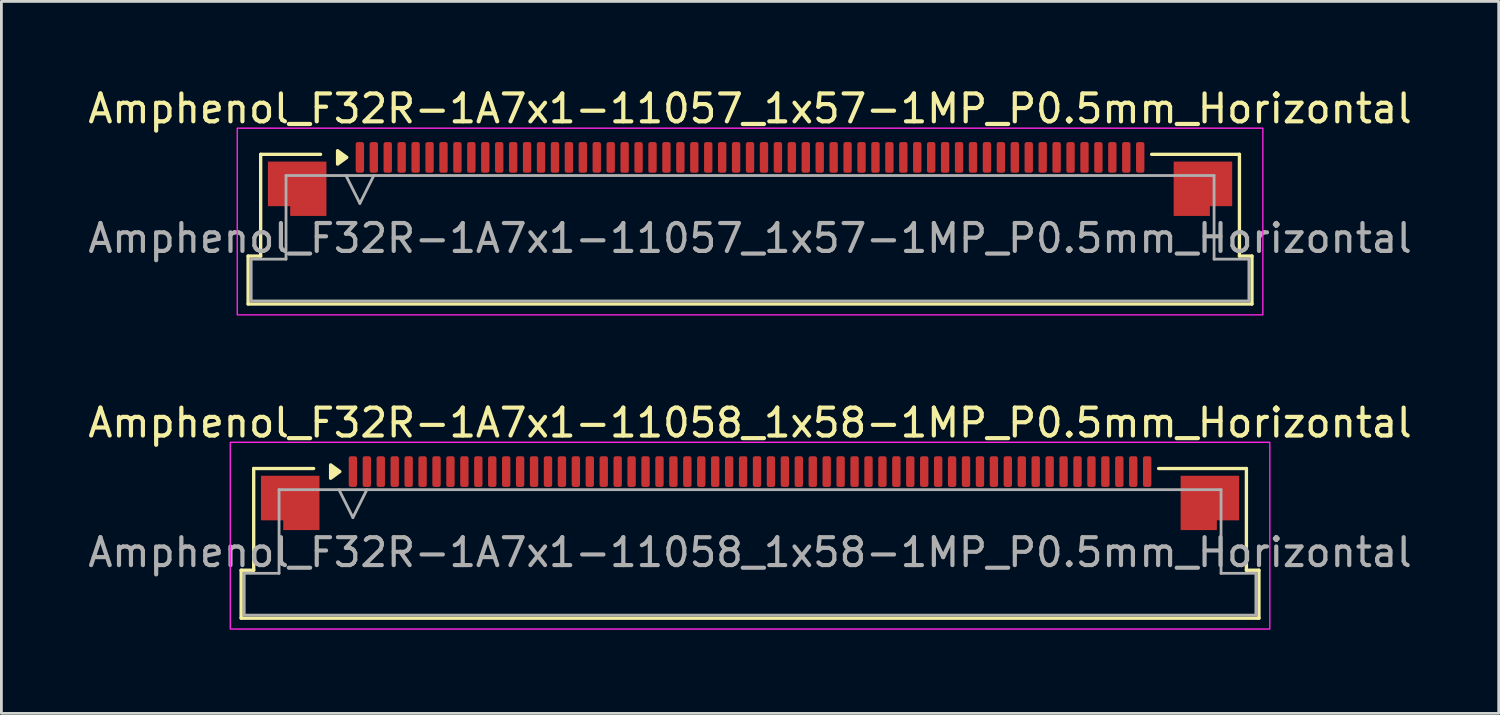
<source format=kicad_pcb>
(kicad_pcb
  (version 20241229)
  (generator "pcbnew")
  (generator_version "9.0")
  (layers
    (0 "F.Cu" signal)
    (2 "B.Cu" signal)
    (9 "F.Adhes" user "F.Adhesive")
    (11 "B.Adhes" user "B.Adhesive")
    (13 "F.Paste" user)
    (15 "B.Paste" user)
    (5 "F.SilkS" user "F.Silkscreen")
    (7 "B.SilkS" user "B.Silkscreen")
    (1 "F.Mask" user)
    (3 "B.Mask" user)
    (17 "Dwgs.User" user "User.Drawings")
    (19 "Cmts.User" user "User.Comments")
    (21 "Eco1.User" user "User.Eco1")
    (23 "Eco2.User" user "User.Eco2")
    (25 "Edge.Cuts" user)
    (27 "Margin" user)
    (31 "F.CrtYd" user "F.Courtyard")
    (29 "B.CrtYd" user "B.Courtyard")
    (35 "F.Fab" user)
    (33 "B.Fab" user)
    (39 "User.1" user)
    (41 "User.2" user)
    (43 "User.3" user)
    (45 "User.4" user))
  (footprint "Amphenol_F32R-1A7x1-11058_1x58-1MP_P0.5mm_Horizontal"
    (layer "F.Cu")
    (at 23.863 16.771)
    (property "Reference" "Amphenol_F32R-1A7x1-11058_1x58-1MP_P0.5mm_Horizontal" (at 0 -4.65 0) (layer "F.SilkS") (effects (font (size 1 1) (thickness 0.15))))
    (attr smd)
    (fp_line (start -18.26 0.64) (end -17.81 0.64) (stroke (width 0.12) (type solid)) (layer "F.SilkS"))
    (fp_line (start -18.26 2.36) (end -18.26 0.64) (stroke (width 0.12) (type solid)) (layer "F.SilkS"))
    (fp_line (start -17.81 -3.01) (end -15.66 -3.01) (stroke (width 0.12) (type solid)) (layer "F.SilkS"))
    (fp_line (start -17.81 0.64) (end -17.81 -3.01) (stroke (width 0.12) (type solid)) (layer "F.SilkS"))
    (fp_line (start 14.66 -3.01) (end 17.81 -3.01) (stroke (width 0.12) (type solid)) (layer "F.SilkS"))
    (fp_line (start 17.81 -3.01) (end 17.81 0.64) (stroke (width 0.12) (type solid)) (layer "F.SilkS"))
    (fp_line (start 17.81 0.64) (end 18.26 0.64) (stroke (width 0.12) (type solid)) (layer "F.SilkS"))
    (fp_line (start 18.26 0.64) (end 18.26 2.36) (stroke (width 0.12) (type solid)) (layer "F.SilkS"))
    (fp_line (start 18.26 2.36) (end -18.26 2.36) (stroke (width 0.12) (type solid)) (layer "F.SilkS"))
    (fp_poly (pts (xy -14.72 -2.9) (xy -15.05 -2.66) (xy -15.05 -3.14)) (stroke (width 0.12) (type solid)) (fill yes) (layer "F.SilkS"))
    (fp_rect (start -18.65 -3.95) (end 18.65 2.75) (stroke (width 0.05) (type solid)) (fill no) (layer "F.CrtYd"))
    (fp_line (start -18.15 0.75) (end -16.9 0.75) (stroke (width 0.1) (type solid)) (layer "F.Fab"))
    (fp_line (start -18.15 2.25) (end -18.15 0.75) (stroke (width 0.1) (type solid)) (layer "F.Fab"))
    (fp_line (start -16.9 -2.25) (end 16.9 -2.25) (stroke (width 0.1) (type solid)) (layer "F.Fab"))
    (fp_line (start -16.9 0.75) (end -16.9 -2.25) (stroke (width 0.1) (type solid)) (layer "F.Fab"))
    (fp_line (start -14.75 -2.25) (end -14.25 -1.25) (stroke (width 0.1) (type solid)) (layer "F.Fab"))
    (fp_line (start -14.25 -1.25) (end -13.75 -2.25) (stroke (width 0.1) (type solid)) (layer "F.Fab"))
    (fp_line (start 16.9 -2.25) (end 16.9 0.75) (stroke (width 0.1) (type solid)) (layer "F.Fab"))
    (fp_line (start 16.9 0.75) (end 18.15 0.75) (stroke (width 0.1) (type solid)) (layer "F.Fab"))
    (fp_line (start 18.15 0.75) (end 18.15 2.25) (stroke (width 0.1) (type solid)) (layer "F.Fab"))
    (fp_line (start 18.15 2.25) (end -18.15 2.25) (stroke (width 0.1) (type solid)) (layer "F.Fab"))
    (fp_text user "${REFERENCE}" (at 0 0 0) (layer "F.Fab") (effects (font (size 1 1) (thickness 0.15))))
    (pad "1" smd roundrect (at -14.25 -2.9) (size 0.3 1.1) (layers "F.Cu" "F.Mask" "F.Paste") (roundrect_rratio 0.25))
    (pad "2" smd roundrect (at -13.75 -2.9) (size 0.3 1.1) (layers "F.Cu" "F.Mask" "F.Paste") (roundrect_rratio 0.25))
    (pad "3" smd roundrect (at -13.25 -2.9) (size 0.3 1.1) (layers "F.Cu" "F.Mask" "F.Paste") (roundrect_rratio 0.25))
    (pad "4" smd roundrect (at -12.75 -2.9) (size 0.3 1.1) (layers "F.Cu" "F.Mask" "F.Paste") (roundrect_rratio 0.25))
    (pad "5" smd roundrect (at -12.25 -2.9) (size 0.3 1.1) (layers "F.Cu" "F.Mask" "F.Paste") (roundrect_rratio 0.25))
    (pad "6" smd roundrect (at -11.75 -2.9) (size 0.3 1.1) (layers "F.Cu" "F.Mask" "F.Paste") (roundrect_rratio 0.25))
    (pad "7" smd roundrect (at -11.25 -2.9) (size 0.3 1.1) (layers "F.Cu" "F.Mask" "F.Paste") (roundrect_rratio 0.25))
    (pad "8" smd roundrect (at -10.75 -2.9) (size 0.3 1.1) (layers "F.Cu" "F.Mask" "F.Paste") (roundrect_rratio 0.25))
    (pad "9" smd roundrect (at -10.25 -2.9) (size 0.3 1.1) (layers "F.Cu" "F.Mask" "F.Paste") (roundrect_rratio 0.25))
    (pad "10" smd roundrect (at -9.75 -2.9) (size 0.3 1.1) (layers "F.Cu" "F.Mask" "F.Paste") (roundrect_rratio 0.25))
    (pad "11" smd roundrect (at -9.25 -2.9) (size 0.3 1.1) (layers "F.Cu" "F.Mask" "F.Paste") (roundrect_rratio 0.25))
    (pad "12" smd roundrect (at -8.75 -2.9) (size 0.3 1.1) (layers "F.Cu" "F.Mask" "F.Paste") (roundrect_rratio 0.25))
    (pad "13" smd roundrect (at -8.25 -2.9) (size 0.3 1.1) (layers "F.Cu" "F.Mask" "F.Paste") (roundrect_rratio 0.25))
    (pad "14" smd roundrect (at -7.75 -2.9) (size 0.3 1.1) (layers "F.Cu" "F.Mask" "F.Paste") (roundrect_rratio 0.25))
    (pad "15" smd roundrect (at -7.25 -2.9) (size 0.3 1.1) (layers "F.Cu" "F.Mask" "F.Paste") (roundrect_rratio 0.25))
    (pad "16" smd roundrect (at -6.75 -2.9) (size 0.3 1.1) (layers "F.Cu" "F.Mask" "F.Paste") (roundrect_rratio 0.25))
    (pad "17" smd roundrect (at -6.25 -2.9) (size 0.3 1.1) (layers "F.Cu" "F.Mask" "F.Paste") (roundrect_rratio 0.25))
    (pad "18" smd roundrect (at -5.75 -2.9) (size 0.3 1.1) (layers "F.Cu" "F.Mask" "F.Paste") (roundrect_rratio 0.25))
    (pad "19" smd roundrect (at -5.25 -2.9) (size 0.3 1.1) (layers "F.Cu" "F.Mask" "F.Paste") (roundrect_rratio 0.25))
    (pad "20" smd roundrect (at -4.75 -2.9) (size 0.3 1.1) (layers "F.Cu" "F.Mask" "F.Paste") (roundrect_rratio 0.25))
    (pad "21" smd roundrect (at -4.25 -2.9) (size 0.3 1.1) (layers "F.Cu" "F.Mask" "F.Paste") (roundrect_rratio 0.25))
    (pad "22" smd roundrect (at -3.75 -2.9) (size 0.3 1.1) (layers "F.Cu" "F.Mask" "F.Paste") (roundrect_rratio 0.25))
    (pad "23" smd roundrect (at -3.25 -2.9) (size 0.3 1.1) (layers "F.Cu" "F.Mask" "F.Paste") (roundrect_rratio 0.25))
    (pad "24" smd roundrect (at -2.75 -2.9) (size 0.3 1.1) (layers "F.Cu" "F.Mask" "F.Paste") (roundrect_rratio 0.25))
    (pad "25" smd roundrect (at -2.25 -2.9) (size 0.3 1.1) (layers "F.Cu" "F.Mask" "F.Paste") (roundrect_rratio 0.25))
    (pad "26" smd roundrect (at -1.75 -2.9) (size 0.3 1.1) (layers "F.Cu" "F.Mask" "F.Paste") (roundrect_rratio 0.25))
    (pad "27" smd roundrect (at -1.25 -2.9) (size 0.3 1.1) (layers "F.Cu" "F.Mask" "F.Paste") (roundrect_rratio 0.25))
    (pad "28" smd roundrect (at -0.75 -2.9) (size 0.3 1.1) (layers "F.Cu" "F.Mask" "F.Paste") (roundrect_rratio 0.25))
    (pad "29" smd roundrect (at -0.25 -2.9) (size 0.3 1.1) (layers "F.Cu" "F.Mask" "F.Paste") (roundrect_rratio 0.25))
    (pad "30" smd roundrect (at 0.25 -2.9) (size 0.3 1.1) (layers "F.Cu" "F.Mask" "F.Paste") (roundrect_rratio 0.25))
    (pad "31" smd roundrect (at 0.75 -2.9) (size 0.3 1.1) (layers "F.Cu" "F.Mask" "F.Paste") (roundrect_rratio 0.25))
    (pad "32" smd roundrect (at 1.25 -2.9) (size 0.3 1.1) (layers "F.Cu" "F.Mask" "F.Paste") (roundrect_rratio 0.25))
    (pad "33" smd roundrect (at 1.75 -2.9) (size 0.3 1.1) (layers "F.Cu" "F.Mask" "F.Paste") (roundrect_rratio 0.25))
    (pad "34" smd roundrect (at 2.25 -2.9) (size 0.3 1.1) (layers "F.Cu" "F.Mask" "F.Paste") (roundrect_rratio 0.25))
    (pad "35" smd roundrect (at 2.75 -2.9) (size 0.3 1.1) (layers "F.Cu" "F.Mask" "F.Paste") (roundrect_rratio 0.25))
    (pad "36" smd roundrect (at 3.25 -2.9) (size 0.3 1.1) (layers "F.Cu" "F.Mask" "F.Paste") (roundrect_rratio 0.25))
    (pad "37" smd roundrect (at 3.75 -2.9) (size 0.3 1.1) (layers "F.Cu" "F.Mask" "F.Paste") (roundrect_rratio 0.25))
    (pad "38" smd roundrect (at 4.25 -2.9) (size 0.3 1.1) (layers "F.Cu" "F.Mask" "F.Paste") (roundrect_rratio 0.25))
    (pad "39" smd roundrect (at 4.75 -2.9) (size 0.3 1.1) (layers "F.Cu" "F.Mask" "F.Paste") (roundrect_rratio 0.25))
    (pad "40" smd roundrect (at 5.25 -2.9) (size 0.3 1.1) (layers "F.Cu" "F.Mask" "F.Paste") (roundrect_rratio 0.25))
    (pad "41" smd roundrect (at 5.75 -2.9) (size 0.3 1.1) (layers "F.Cu" "F.Mask" "F.Paste") (roundrect_rratio 0.25))
    (pad "42" smd roundrect (at 6.25 -2.9) (size 0.3 1.1) (layers "F.Cu" "F.Mask" "F.Paste") (roundrect_rratio 0.25))
    (pad "43" smd roundrect (at 6.75 -2.9) (size 0.3 1.1) (layers "F.Cu" "F.Mask" "F.Paste") (roundrect_rratio 0.25))
    (pad "44" smd roundrect (at 7.25 -2.9) (size 0.3 1.1) (layers "F.Cu" "F.Mask" "F.Paste") (roundrect_rratio 0.25))
    (pad "45" smd roundrect (at 7.75 -2.9) (size 0.3 1.1) (layers "F.Cu" "F.Mask" "F.Paste") (roundrect_rratio 0.25))
    (pad "46" smd roundrect (at 8.25 -2.9) (size 0.3 1.1) (layers "F.Cu" "F.Mask" "F.Paste") (roundrect_rratio 0.25))
    (pad "47" smd roundrect (at 8.75 -2.9) (size 0.3 1.1) (layers "F.Cu" "F.Mask" "F.Paste") (roundrect_rratio 0.25))
    (pad "48" smd roundrect (at 9.25 -2.9) (size 0.3 1.1) (layers "F.Cu" "F.Mask" "F.Paste") (roundrect_rratio 0.25))
    (pad "49" smd roundrect (at 9.75 -2.9) (size 0.3 1.1) (layers "F.Cu" "F.Mask" "F.Paste") (roundrect_rratio 0.25))
    (pad "50" smd roundrect (at 10.25 -2.9) (size 0.3 1.1) (layers "F.Cu" "F.Mask" "F.Paste") (roundrect_rratio 0.25))
    (pad "51" smd roundrect (at 10.75 -2.9) (size 0.3 1.1) (layers "F.Cu" "F.Mask" "F.Paste") (roundrect_rratio 0.25))
    (pad "52" smd roundrect (at 11.25 -2.9) (size 0.3 1.1) (layers "F.Cu" "F.Mask" "F.Paste") (roundrect_rratio 0.25))
    (pad "53" smd roundrect (at 11.75 -2.9) (size 0.3 1.1) (layers "F.Cu" "F.Mask" "F.Paste") (roundrect_rratio 0.25))
    (pad "54" smd roundrect (at 12.25 -2.9) (size 0.3 1.1) (layers "F.Cu" "F.Mask" "F.Paste") (roundrect_rratio 0.25))
    (pad "55" smd roundrect (at 12.75 -2.9) (size 0.3 1.1) (layers "F.Cu" "F.Mask" "F.Paste") (roundrect_rratio 0.25))
    (pad "56" smd roundrect (at 13.25 -2.9) (size 0.3 1.1) (layers "F.Cu" "F.Mask" "F.Paste") (roundrect_rratio 0.25))
    (pad "57" smd roundrect (at 13.75 -2.9) (size 0.3 1.1) (layers "F.Cu" "F.Mask" "F.Paste") (roundrect_rratio 0.25))
    (pad "58" smd roundrect (at 14.25 -2.9) (size 0.3 1.1) (layers "F.Cu" "F.Mask" "F.Paste") (roundrect_rratio 0.25))
    (pad "MP" smd custom (at -16.5 -1.775) (size 1 1) (layers "F.Cu" "F.Mask" "F.Paste") (options (anchor circle)) (primitives (gr_poly (pts (xy 1.05 -0.975) (xy 1.05 0.975) (xy -0.25 0.975) (xy -0.25 0.625) (xy -1.05 0.625) (xy -1.05 -0.975)) (width 0) (fill yes))))
    (pad "MP" smd custom (at 16.5 -1.775) (size 1 1) (layers "F.Cu" "F.Mask" "F.Paste") (options (anchor circle)) (primitives (gr_poly (pts (xy -1.05 -0.975) (xy -1.05 0.975) (xy 0.25 0.975) (xy 0.25 0.625) (xy 1.05 0.625) (xy 1.05 -0.975)) (width 0) (fill yes)))))
  (footprint "Amphenol_F32R-1A7x1-11057_1x57-1MP_P0.5mm_Horizontal"
    (layer "F.Cu")
    (at 23.863 5.498)
    (property "Reference" "Amphenol_F32R-1A7x1-11057_1x57-1MP_P0.5mm_Horizontal" (at 0 -4.65 0) (layer "F.SilkS") (effects (font (size 1 1) (thickness 0.15))))
    (attr smd)
    (fp_line (start -18.01 0.64) (end -17.56 0.64) (stroke (width 0.12) (type solid)) (layer "F.SilkS"))
    (fp_line (start -18.01 2.36) (end -18.01 0.64) (stroke (width 0.12) (type solid)) (layer "F.SilkS"))
    (fp_line (start -17.56 -3.01) (end -15.41 -3.01) (stroke (width 0.12) (type solid)) (layer "F.SilkS"))
    (fp_line (start -17.56 0.64) (end -17.56 -3.01) (stroke (width 0.12) (type solid)) (layer "F.SilkS"))
    (fp_line (start 14.41 -3.01) (end 17.56 -3.01) (stroke (width 0.12) (type solid)) (layer "F.SilkS"))
    (fp_line (start 17.56 -3.01) (end 17.56 0.64) (stroke (width 0.12) (type solid)) (layer "F.SilkS"))
    (fp_line (start 17.56 0.64) (end 18.01 0.64) (stroke (width 0.12) (type solid)) (layer "F.SilkS"))
    (fp_line (start 18.01 0.64) (end 18.01 2.36) (stroke (width 0.12) (type solid)) (layer "F.SilkS"))
    (fp_line (start 18.01 2.36) (end -18.01 2.36) (stroke (width 0.12) (type solid)) (layer "F.SilkS"))
    (fp_poly (pts (xy -14.47 -2.9) (xy -14.8 -2.66) (xy -14.8 -3.14)) (stroke (width 0.12) (type solid)) (fill yes) (layer "F.SilkS"))
    (fp_rect (start -18.4 -3.95) (end 18.4 2.75) (stroke (width 0.05) (type solid)) (fill no) (layer "F.CrtYd"))
    (fp_line (start -17.9 0.75) (end -16.65 0.75) (stroke (width 0.1) (type solid)) (layer "F.Fab"))
    (fp_line (start -17.9 2.25) (end -17.9 0.75) (stroke (width 0.1) (type solid)) (layer "F.Fab"))
    (fp_line (start -16.65 -2.25) (end 16.65 -2.25) (stroke (width 0.1) (type solid)) (layer "F.Fab"))
    (fp_line (start -16.65 0.75) (end -16.65 -2.25) (stroke (width 0.1) (type solid)) (layer "F.Fab"))
    (fp_line (start -14.5 -2.25) (end -14 -1.25) (stroke (width 0.1) (type solid)) (layer "F.Fab"))
    (fp_line (start -14 -1.25) (end -13.5 -2.25) (stroke (width 0.1) (type solid)) (layer "F.Fab"))
    (fp_line (start 16.65 -2.25) (end 16.65 0.75) (stroke (width 0.1) (type solid)) (layer "F.Fab"))
    (fp_line (start 16.65 0.75) (end 17.9 0.75) (stroke (width 0.1) (type solid)) (layer "F.Fab"))
    (fp_line (start 17.9 0.75) (end 17.9 2.25) (stroke (width 0.1) (type solid)) (layer "F.Fab"))
    (fp_line (start 17.9 2.25) (end -17.9 2.25) (stroke (width 0.1) (type solid)) (layer "F.Fab"))
    (fp_text user "${REFERENCE}" (at 0 0 0) (layer "F.Fab") (effects (font (size 1 1) (thickness 0.15))))
    (pad "1" smd roundrect (at -14 -2.9) (size 0.3 1.1) (layers "F.Cu" "F.Mask" "F.Paste") (roundrect_rratio 0.25))
    (pad "2" smd roundrect (at -13.5 -2.9) (size 0.3 1.1) (layers "F.Cu" "F.Mask" "F.Paste") (roundrect_rratio 0.25))
    (pad "3" smd roundrect (at -13 -2.9) (size 0.3 1.1) (layers "F.Cu" "F.Mask" "F.Paste") (roundrect_rratio 0.25))
    (pad "4" smd roundrect (at -12.5 -2.9) (size 0.3 1.1) (layers "F.Cu" "F.Mask" "F.Paste") (roundrect_rratio 0.25))
    (pad "5" smd roundrect (at -12 -2.9) (size 0.3 1.1) (layers "F.Cu" "F.Mask" "F.Paste") (roundrect_rratio 0.25))
    (pad "6" smd roundrect (at -11.5 -2.9) (size 0.3 1.1) (layers "F.Cu" "F.Mask" "F.Paste") (roundrect_rratio 0.25))
    (pad "7" smd roundrect (at -11 -2.9) (size 0.3 1.1) (layers "F.Cu" "F.Mask" "F.Paste") (roundrect_rratio 0.25))
    (pad "8" smd roundrect (at -10.5 -2.9) (size 0.3 1.1) (layers "F.Cu" "F.Mask" "F.Paste") (roundrect_rratio 0.25))
    (pad "9" smd roundrect (at -10 -2.9) (size 0.3 1.1) (layers "F.Cu" "F.Mask" "F.Paste") (roundrect_rratio 0.25))
    (pad "10" smd roundrect (at -9.5 -2.9) (size 0.3 1.1) (layers "F.Cu" "F.Mask" "F.Paste") (roundrect_rratio 0.25))
    (pad "11" smd roundrect (at -9 -2.9) (size 0.3 1.1) (layers "F.Cu" "F.Mask" "F.Paste") (roundrect_rratio 0.25))
    (pad "12" smd roundrect (at -8.5 -2.9) (size 0.3 1.1) (layers "F.Cu" "F.Mask" "F.Paste") (roundrect_rratio 0.25))
    (pad "13" smd roundrect (at -8 -2.9) (size 0.3 1.1) (layers "F.Cu" "F.Mask" "F.Paste") (roundrect_rratio 0.25))
    (pad "14" smd roundrect (at -7.5 -2.9) (size 0.3 1.1) (layers "F.Cu" "F.Mask" "F.Paste") (roundrect_rratio 0.25))
    (pad "15" smd roundrect (at -7 -2.9) (size 0.3 1.1) (layers "F.Cu" "F.Mask" "F.Paste") (roundrect_rratio 0.25))
    (pad "16" smd roundrect (at -6.5 -2.9) (size 0.3 1.1) (layers "F.Cu" "F.Mask" "F.Paste") (roundrect_rratio 0.25))
    (pad "17" smd roundrect (at -6 -2.9) (size 0.3 1.1) (layers "F.Cu" "F.Mask" "F.Paste") (roundrect_rratio 0.25))
    (pad "18" smd roundrect (at -5.5 -2.9) (size 0.3 1.1) (layers "F.Cu" "F.Mask" "F.Paste") (roundrect_rratio 0.25))
    (pad "19" smd roundrect (at -5 -2.9) (size 0.3 1.1) (layers "F.Cu" "F.Mask" "F.Paste") (roundrect_rratio 0.25))
    (pad "20" smd roundrect (at -4.5 -2.9) (size 0.3 1.1) (layers "F.Cu" "F.Mask" "F.Paste") (roundrect_rratio 0.25))
    (pad "21" smd roundrect (at -4 -2.9) (size 0.3 1.1) (layers "F.Cu" "F.Mask" "F.Paste") (roundrect_rratio 0.25))
    (pad "22" smd roundrect (at -3.5 -2.9) (size 0.3 1.1) (layers "F.Cu" "F.Mask" "F.Paste") (roundrect_rratio 0.25))
    (pad "23" smd roundrect (at -3 -2.9) (size 0.3 1.1) (layers "F.Cu" "F.Mask" "F.Paste") (roundrect_rratio 0.25))
    (pad "24" smd roundrect (at -2.5 -2.9) (size 0.3 1.1) (layers "F.Cu" "F.Mask" "F.Paste") (roundrect_rratio 0.25))
    (pad "25" smd roundrect (at -2 -2.9) (size 0.3 1.1) (layers "F.Cu" "F.Mask" "F.Paste") (roundrect_rratio 0.25))
    (pad "26" smd roundrect (at -1.5 -2.9) (size 0.3 1.1) (layers "F.Cu" "F.Mask" "F.Paste") (roundrect_rratio 0.25))
    (pad "27" smd roundrect (at -1 -2.9) (size 0.3 1.1) (layers "F.Cu" "F.Mask" "F.Paste") (roundrect_rratio 0.25))
    (pad "28" smd roundrect (at -0.5 -2.9) (size 0.3 1.1) (layers "F.Cu" "F.Mask" "F.Paste") (roundrect_rratio 0.25))
    (pad "29" smd roundrect (at 0 -2.9) (size 0.3 1.1) (layers "F.Cu" "F.Mask" "F.Paste") (roundrect_rratio 0.25))
    (pad "30" smd roundrect (at 0.5 -2.9) (size 0.3 1.1) (layers "F.Cu" "F.Mask" "F.Paste") (roundrect_rratio 0.25))
    (pad "31" smd roundrect (at 1 -2.9) (size 0.3 1.1) (layers "F.Cu" "F.Mask" "F.Paste") (roundrect_rratio 0.25))
    (pad "32" smd roundrect (at 1.5 -2.9) (size 0.3 1.1) (layers "F.Cu" "F.Mask" "F.Paste") (roundrect_rratio 0.25))
    (pad "33" smd roundrect (at 2 -2.9) (size 0.3 1.1) (layers "F.Cu" "F.Mask" "F.Paste") (roundrect_rratio 0.25))
    (pad "34" smd roundrect (at 2.5 -2.9) (size 0.3 1.1) (layers "F.Cu" "F.Mask" "F.Paste") (roundrect_rratio 0.25))
    (pad "35" smd roundrect (at 3 -2.9) (size 0.3 1.1) (layers "F.Cu" "F.Mask" "F.Paste") (roundrect_rratio 0.25))
    (pad "36" smd roundrect (at 3.5 -2.9) (size 0.3 1.1) (layers "F.Cu" "F.Mask" "F.Paste") (roundrect_rratio 0.25))
    (pad "37" smd roundrect (at 4 -2.9) (size 0.3 1.1) (layers "F.Cu" "F.Mask" "F.Paste") (roundrect_rratio 0.25))
    (pad "38" smd roundrect (at 4.5 -2.9) (size 0.3 1.1) (layers "F.Cu" "F.Mask" "F.Paste") (roundrect_rratio 0.25))
    (pad "39" smd roundrect (at 5 -2.9) (size 0.3 1.1) (layers "F.Cu" "F.Mask" "F.Paste") (roundrect_rratio 0.25))
    (pad "40" smd roundrect (at 5.5 -2.9) (size 0.3 1.1) (layers "F.Cu" "F.Mask" "F.Paste") (roundrect_rratio 0.25))
    (pad "41" smd roundrect (at 6 -2.9) (size 0.3 1.1) (layers "F.Cu" "F.Mask" "F.Paste") (roundrect_rratio 0.25))
    (pad "42" smd roundrect (at 6.5 -2.9) (size 0.3 1.1) (layers "F.Cu" "F.Mask" "F.Paste") (roundrect_rratio 0.25))
    (pad "43" smd roundrect (at 7 -2.9) (size 0.3 1.1) (layers "F.Cu" "F.Mask" "F.Paste") (roundrect_rratio 0.25))
    (pad "44" smd roundrect (at 7.5 -2.9) (size 0.3 1.1) (layers "F.Cu" "F.Mask" "F.Paste") (roundrect_rratio 0.25))
    (pad "45" smd roundrect (at 8 -2.9) (size 0.3 1.1) (layers "F.Cu" "F.Mask" "F.Paste") (roundrect_rratio 0.25))
    (pad "46" smd roundrect (at 8.5 -2.9) (size 0.3 1.1) (layers "F.Cu" "F.Mask" "F.Paste") (roundrect_rratio 0.25))
    (pad "47" smd roundrect (at 9 -2.9) (size 0.3 1.1) (layers "F.Cu" "F.Mask" "F.Paste") (roundrect_rratio 0.25))
    (pad "48" smd roundrect (at 9.5 -2.9) (size 0.3 1.1) (layers "F.Cu" "F.Mask" "F.Paste") (roundrect_rratio 0.25))
    (pad "49" smd roundrect (at 10 -2.9) (size 0.3 1.1) (layers "F.Cu" "F.Mask" "F.Paste") (roundrect_rratio 0.25))
    (pad "50" smd roundrect (at 10.5 -2.9) (size 0.3 1.1) (layers "F.Cu" "F.Mask" "F.Paste") (roundrect_rratio 0.25))
    (pad "51" smd roundrect (at 11 -2.9) (size 0.3 1.1) (layers "F.Cu" "F.Mask" "F.Paste") (roundrect_rratio 0.25))
    (pad "52" smd roundrect (at 11.5 -2.9) (size 0.3 1.1) (layers "F.Cu" "F.Mask" "F.Paste") (roundrect_rratio 0.25))
    (pad "53" smd roundrect (at 12 -2.9) (size 0.3 1.1) (layers "F.Cu" "F.Mask" "F.Paste") (roundrect_rratio 0.25))
    (pad "54" smd roundrect (at 12.5 -2.9) (size 0.3 1.1) (layers "F.Cu" "F.Mask" "F.Paste") (roundrect_rratio 0.25))
    (pad "55" smd roundrect (at 13 -2.9) (size 0.3 1.1) (layers "F.Cu" "F.Mask" "F.Paste") (roundrect_rratio 0.25))
    (pad "56" smd roundrect (at 13.5 -2.9) (size 0.3 1.1) (layers "F.Cu" "F.Mask" "F.Paste") (roundrect_rratio 0.25))
    (pad "57" smd roundrect (at 14 -2.9) (size 0.3 1.1) (layers "F.Cu" "F.Mask" "F.Paste") (roundrect_rratio 0.25))
    (pad "MP" smd custom (at -16.25 -1.775) (size 1 1) (layers "F.Cu" "F.Mask" "F.Paste") (options (anchor circle)) (primitives (gr_poly (pts (xy 1.05 -0.975) (xy 1.05 0.975) (xy -0.25 0.975) (xy -0.25 0.625) (xy -1.05 0.625) (xy -1.05 -0.975)) (width 0) (fill yes))))
    (pad "MP" smd custom (at 16.25 -1.775) (size 1 1) (layers "F.Cu" "F.Mask" "F.Paste") (options (anchor circle)) (primitives (gr_poly (pts (xy -1.05 -0.975) (xy -1.05 0.975) (xy 0.25 0.975) (xy 0.25 0.625) (xy 1.05 0.625) (xy 1.05 -0.975)) (width 0) (fill yes)))))
  (gr_rect
    (start -3 -3)
    (end 50.726 22.547)
    (stroke (width 0.1) (type default))
    (fill no)
    (layer "Edge.Cuts")))
</source>
